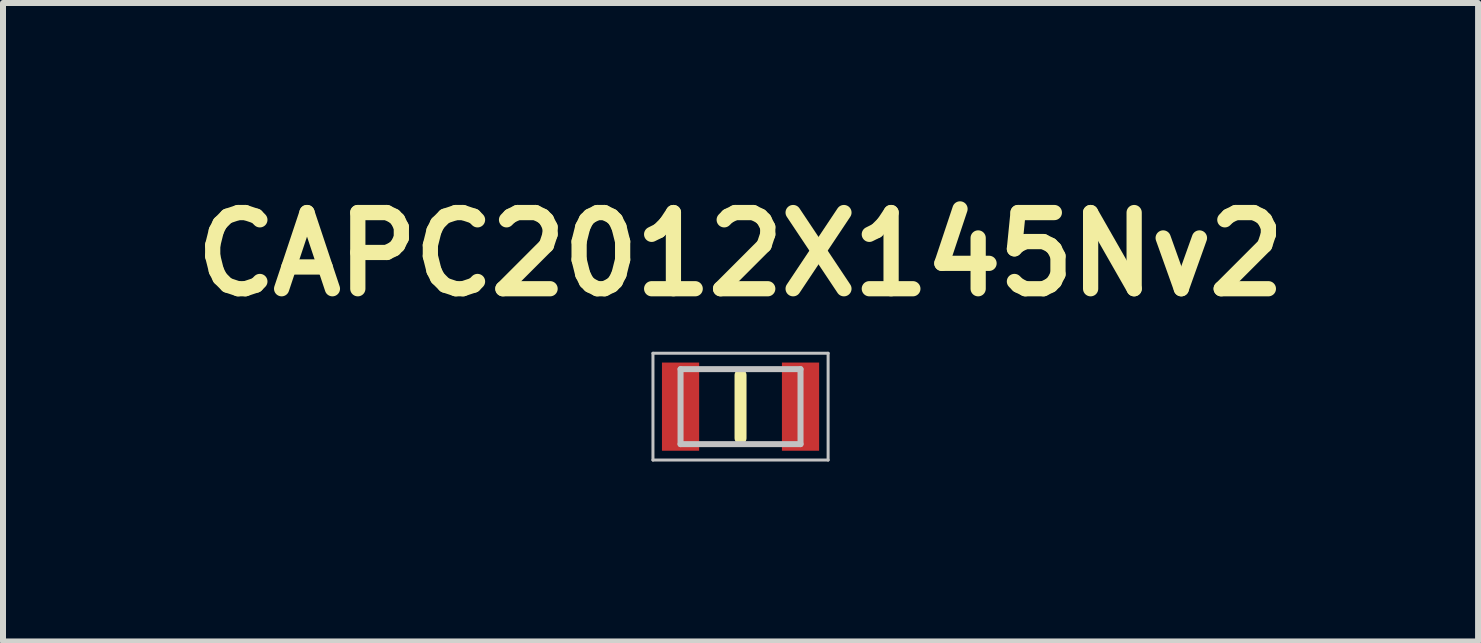
<source format=kicad_pcb>
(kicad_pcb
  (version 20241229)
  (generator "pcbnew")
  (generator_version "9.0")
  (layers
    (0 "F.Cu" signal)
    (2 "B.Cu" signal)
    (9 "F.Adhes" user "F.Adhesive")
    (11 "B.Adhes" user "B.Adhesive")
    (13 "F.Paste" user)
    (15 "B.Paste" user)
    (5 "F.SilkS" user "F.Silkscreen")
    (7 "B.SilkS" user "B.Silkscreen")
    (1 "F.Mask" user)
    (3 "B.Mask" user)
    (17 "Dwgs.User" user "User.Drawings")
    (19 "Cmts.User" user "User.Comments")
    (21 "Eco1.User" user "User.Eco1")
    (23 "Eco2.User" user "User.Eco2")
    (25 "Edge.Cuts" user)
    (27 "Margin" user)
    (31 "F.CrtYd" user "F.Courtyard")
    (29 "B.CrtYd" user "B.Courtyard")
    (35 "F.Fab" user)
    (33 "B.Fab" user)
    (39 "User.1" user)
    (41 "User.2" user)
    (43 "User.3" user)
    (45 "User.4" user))
  (footprint "CAPC2012X145Nv2"
    (layer "F.Cu")
    (at 9.295 3.729)
    (property "Reference" "CAPC2012X145Nv2" (at 0 -2.54 0) (layer "F.SilkS") (effects (font (size 1.27 1.27) (thickness 0.254))))
    (attr smd)
    (fp_line (start 0 -0.525) (end 0 0.525) (stroke (width 0.2) (type solid)) (layer "F.SilkS"))
    (fp_line (start -1.46 -0.89) (end 1.46 -0.89) (stroke (width 0.05) (type solid)) (layer "Dwgs.User"))
    (fp_line (start -1.46 0.89) (end -1.46 -0.89) (stroke (width 0.05) (type solid)) (layer "Dwgs.User"))
    (fp_line (start -1 -0.625) (end 1 -0.625) (stroke (width 0.1) (type solid)) (layer "Dwgs.User"))
    (fp_line (start -1 0.625) (end -1 -0.625) (stroke (width 0.1) (type solid)) (layer "Dwgs.User"))
    (fp_line (start 1 -0.625) (end 1 0.625) (stroke (width 0.1) (type solid)) (layer "Dwgs.User"))
    (fp_line (start 1 0.625) (end -1 0.625) (stroke (width 0.1) (type solid)) (layer "Dwgs.User"))
    (fp_line (start 1.46 -0.89) (end 1.46 0.89) (stroke (width 0.05) (type solid)) (layer "Dwgs.User"))
    (fp_line (start 1.46 0.89) (end -1.46 0.89) (stroke (width 0.05) (type solid)) (layer "Dwgs.User"))
    (pad "1" smd rect (at -1 0) (size 0.62 1.47) (layers "F.Cu" "F.Mask" "F.Paste"))
    (pad "2" smd rect (at 1 0) (size 0.62 1.47) (layers "F.Cu" "F.Mask" "F.Paste")))
  (gr_rect
    (start -3 -3)
    (end 21.59 7.644)
    (stroke (width 0.1) (type default))
    (fill no)
    (layer "Edge.Cuts")))
</source>
